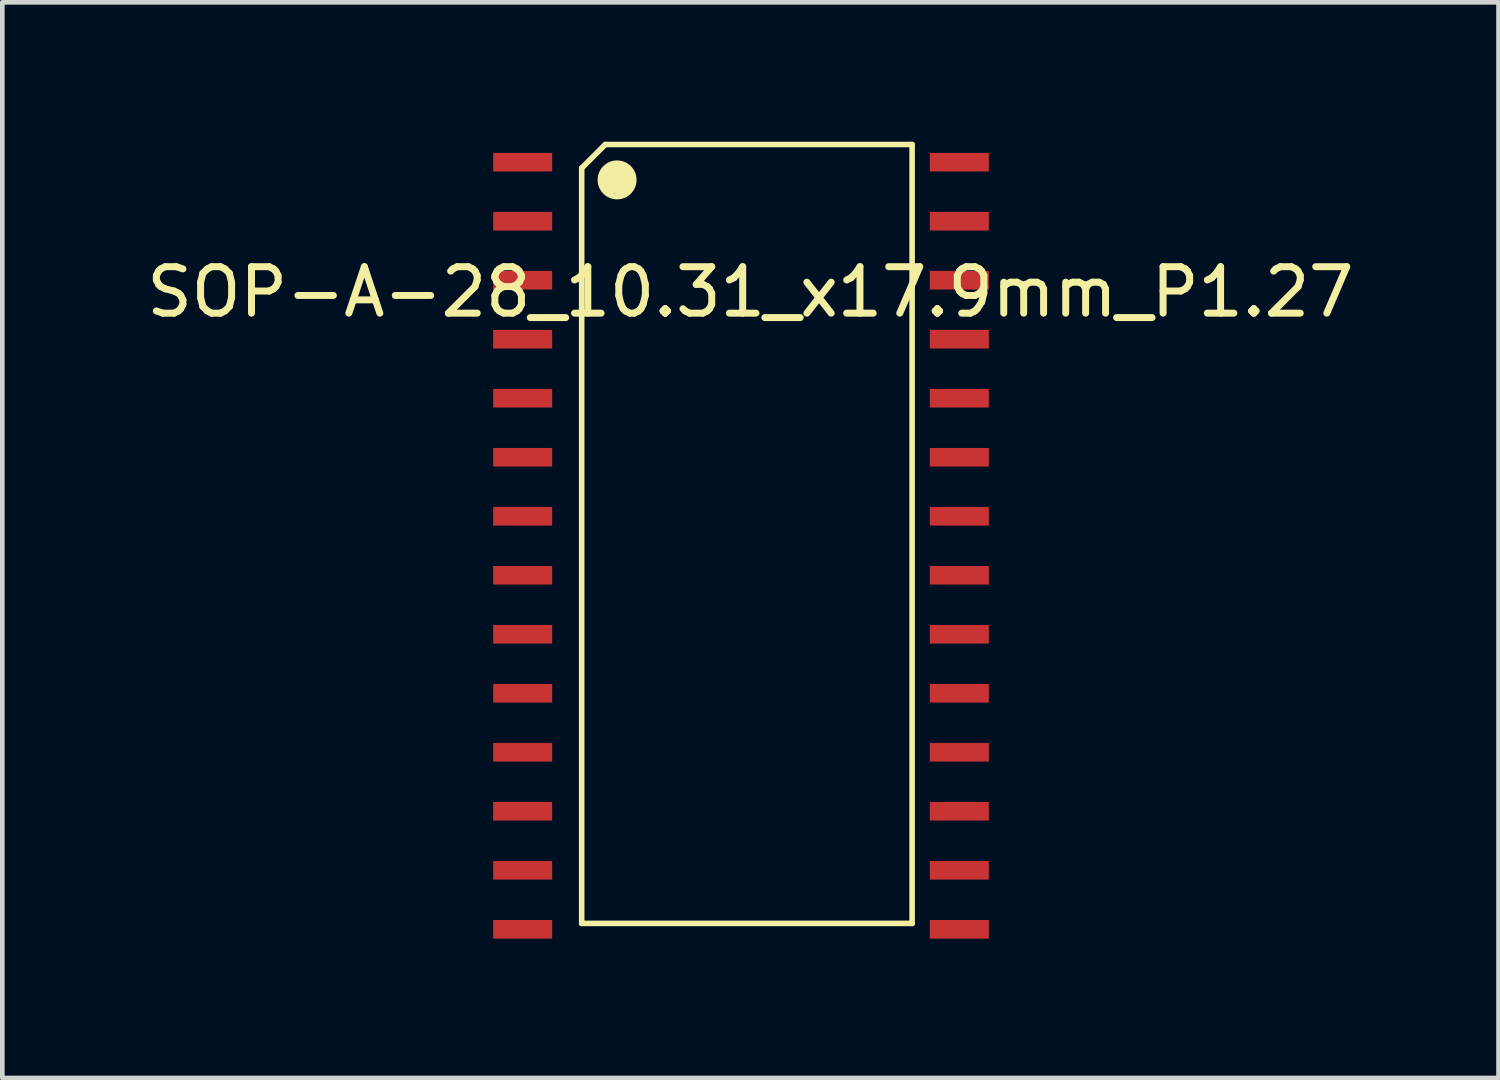
<source format=kicad_pcb>
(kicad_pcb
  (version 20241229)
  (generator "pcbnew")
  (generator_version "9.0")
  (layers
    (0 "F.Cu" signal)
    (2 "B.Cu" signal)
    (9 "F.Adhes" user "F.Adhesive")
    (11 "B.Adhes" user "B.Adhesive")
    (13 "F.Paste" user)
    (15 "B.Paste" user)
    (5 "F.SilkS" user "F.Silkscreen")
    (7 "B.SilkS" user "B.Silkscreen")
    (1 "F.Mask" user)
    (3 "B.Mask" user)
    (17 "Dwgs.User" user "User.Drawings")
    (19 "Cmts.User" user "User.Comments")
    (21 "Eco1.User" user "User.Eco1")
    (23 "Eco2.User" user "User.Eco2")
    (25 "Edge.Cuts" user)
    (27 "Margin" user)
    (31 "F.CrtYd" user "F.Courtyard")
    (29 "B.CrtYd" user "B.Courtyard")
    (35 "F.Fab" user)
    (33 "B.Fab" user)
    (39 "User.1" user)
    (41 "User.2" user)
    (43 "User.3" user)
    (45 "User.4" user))
  (footprint "SOP-A-28_10.31_x17.9mm_P1.27"
    (layer "F.Cu")
    (at 13.025 8.696)
    (property "Reference" "SOP-A-28_10.31_x17.9mm_P1.27" (at 0.076 -5.461 0) (layer "F.SilkS") (effects (font (size 1 1) (thickness 0.15))))
    (attr smd)
    (fp_line (start -3.556 -8.128) (end -3.556 8.128) (stroke (width 0.12) (type solid)) (layer "F.SilkS"))
    (fp_line (start -3.556 8.128) (end 3.556 8.128) (stroke (width 0.12) (type solid)) (layer "F.SilkS"))
    (fp_line (start -3.048 -8.636) (end -3.556 -8.128) (stroke (width 0.12) (type solid)) (layer "F.SilkS"))
    (fp_line (start 3.556 -8.636) (end -3.048 -8.636) (stroke (width 0.12) (type solid)) (layer "F.SilkS"))
    (fp_line (start 3.556 8.128) (end 3.556 -8.636) (stroke (width 0.12) (type solid)) (layer "F.SilkS"))
    (fp_circle (center -2.794 -7.874) (end -2.54 -7.62) (stroke (width 0.12) (type solid)) (fill no) (layer "F.SilkS"))
    (fp_poly (pts (xy -2.616 -8.153) (xy -2.489 -8.026) (xy -2.464 -7.899) (xy -2.489 -7.696) (xy -2.667 -7.595) (xy -2.946 -7.645) (xy -3.073 -7.772) (xy -3.073 -7.95) (xy -2.997 -8.103) (xy -2.794 -8.179)) (stroke (width 0.1) (type solid)) (fill yes) (layer "F.SilkS"))
    (pad "1" smd rect (at -4.826 -8.255) (size 1.27 0.4) (layers "F.Cu" "F.Mask" "F.Paste"))
    (pad "1" smd rect (at -4.826 -6.985) (size 1.27 0.4) (layers "F.Cu" "F.Mask" "F.Paste"))
    (pad "1" smd rect (at -4.826 -5.715) (size 1.27 0.4) (layers "F.Cu" "F.Mask" "F.Paste"))
    (pad "1" smd rect (at -4.826 -4.445) (size 1.27 0.4) (layers "F.Cu" "F.Mask" "F.Paste"))
    (pad "1" smd rect (at -4.826 -3.175) (size 1.27 0.4) (layers "F.Cu" "F.Mask" "F.Paste"))
    (pad "1" smd rect (at -4.826 -1.905) (size 1.27 0.4) (layers "F.Cu" "F.Mask" "F.Paste"))
    (pad "1" smd rect (at -4.826 -0.635) (size 1.27 0.4) (layers "F.Cu" "F.Mask" "F.Paste"))
    (pad "1" smd rect (at -4.826 0.635) (size 1.27 0.4) (layers "F.Cu" "F.Mask" "F.Paste"))
    (pad "1" smd rect (at -4.826 1.905) (size 1.27 0.4) (layers "F.Cu" "F.Mask" "F.Paste"))
    (pad "1" smd rect (at -4.826 3.175) (size 1.27 0.4) (layers "F.Cu" "F.Mask" "F.Paste"))
    (pad "1" smd rect (at -4.826 4.445) (size 1.27 0.4) (layers "F.Cu" "F.Mask" "F.Paste"))
    (pad "1" smd rect (at -4.826 5.715) (size 1.27 0.4) (layers "F.Cu" "F.Mask" "F.Paste"))
    (pad "1" smd rect (at -4.826 6.985) (size 1.27 0.4) (layers "F.Cu" "F.Mask" "F.Paste"))
    (pad "1" smd rect (at -4.826 8.255) (size 1.27 0.4) (layers "F.Cu" "F.Mask" "F.Paste"))
    (pad "1" smd rect (at 4.572 -8.255) (size 1.27 0.4) (layers "F.Cu" "F.Mask" "F.Paste"))
    (pad "1" smd rect (at 4.572 -6.985) (size 1.27 0.4) (layers "F.Cu" "F.Mask" "F.Paste"))
    (pad "1" smd rect (at 4.572 -5.715) (size 1.27 0.4) (layers "F.Cu" "F.Mask" "F.Paste"))
    (pad "1" smd rect (at 4.572 -4.445) (size 1.27 0.4) (layers "F.Cu" "F.Mask" "F.Paste"))
    (pad "1" smd rect (at 4.572 -3.175) (size 1.27 0.4) (layers "F.Cu" "F.Mask" "F.Paste"))
    (pad "1" smd rect (at 4.572 -1.905) (size 1.27 0.4) (layers "F.Cu" "F.Mask" "F.Paste"))
    (pad "1" smd rect (at 4.572 -0.635) (size 1.27 0.4) (layers "F.Cu" "F.Mask" "F.Paste"))
    (pad "1" smd rect (at 4.572 0.635) (size 1.27 0.4) (layers "F.Cu" "F.Mask" "F.Paste"))
    (pad "1" smd rect (at 4.572 1.905) (size 1.27 0.4) (layers "F.Cu" "F.Mask" "F.Paste"))
    (pad "1" smd rect (at 4.572 3.175) (size 1.27 0.4) (layers "F.Cu" "F.Mask" "F.Paste"))
    (pad "1" smd rect (at 4.572 4.445) (size 1.27 0.4) (layers "F.Cu" "F.Mask" "F.Paste"))
    (pad "1" smd rect (at 4.572 5.715) (size 1.27 0.4) (layers "F.Cu" "F.Mask" "F.Paste"))
    (pad "1" smd rect (at 4.572 6.985) (size 1.27 0.4) (layers "F.Cu" "F.Mask" "F.Paste"))
    (pad "1" smd rect (at 4.572 8.255) (size 1.27 0.4) (layers "F.Cu" "F.Mask" "F.Paste")))
  (gr_rect
    (start -3 -3)
    (end 29.202 20.151)
    (stroke (width 0.1) (type default))
    (fill no)
    (layer "Edge.Cuts")))
</source>
